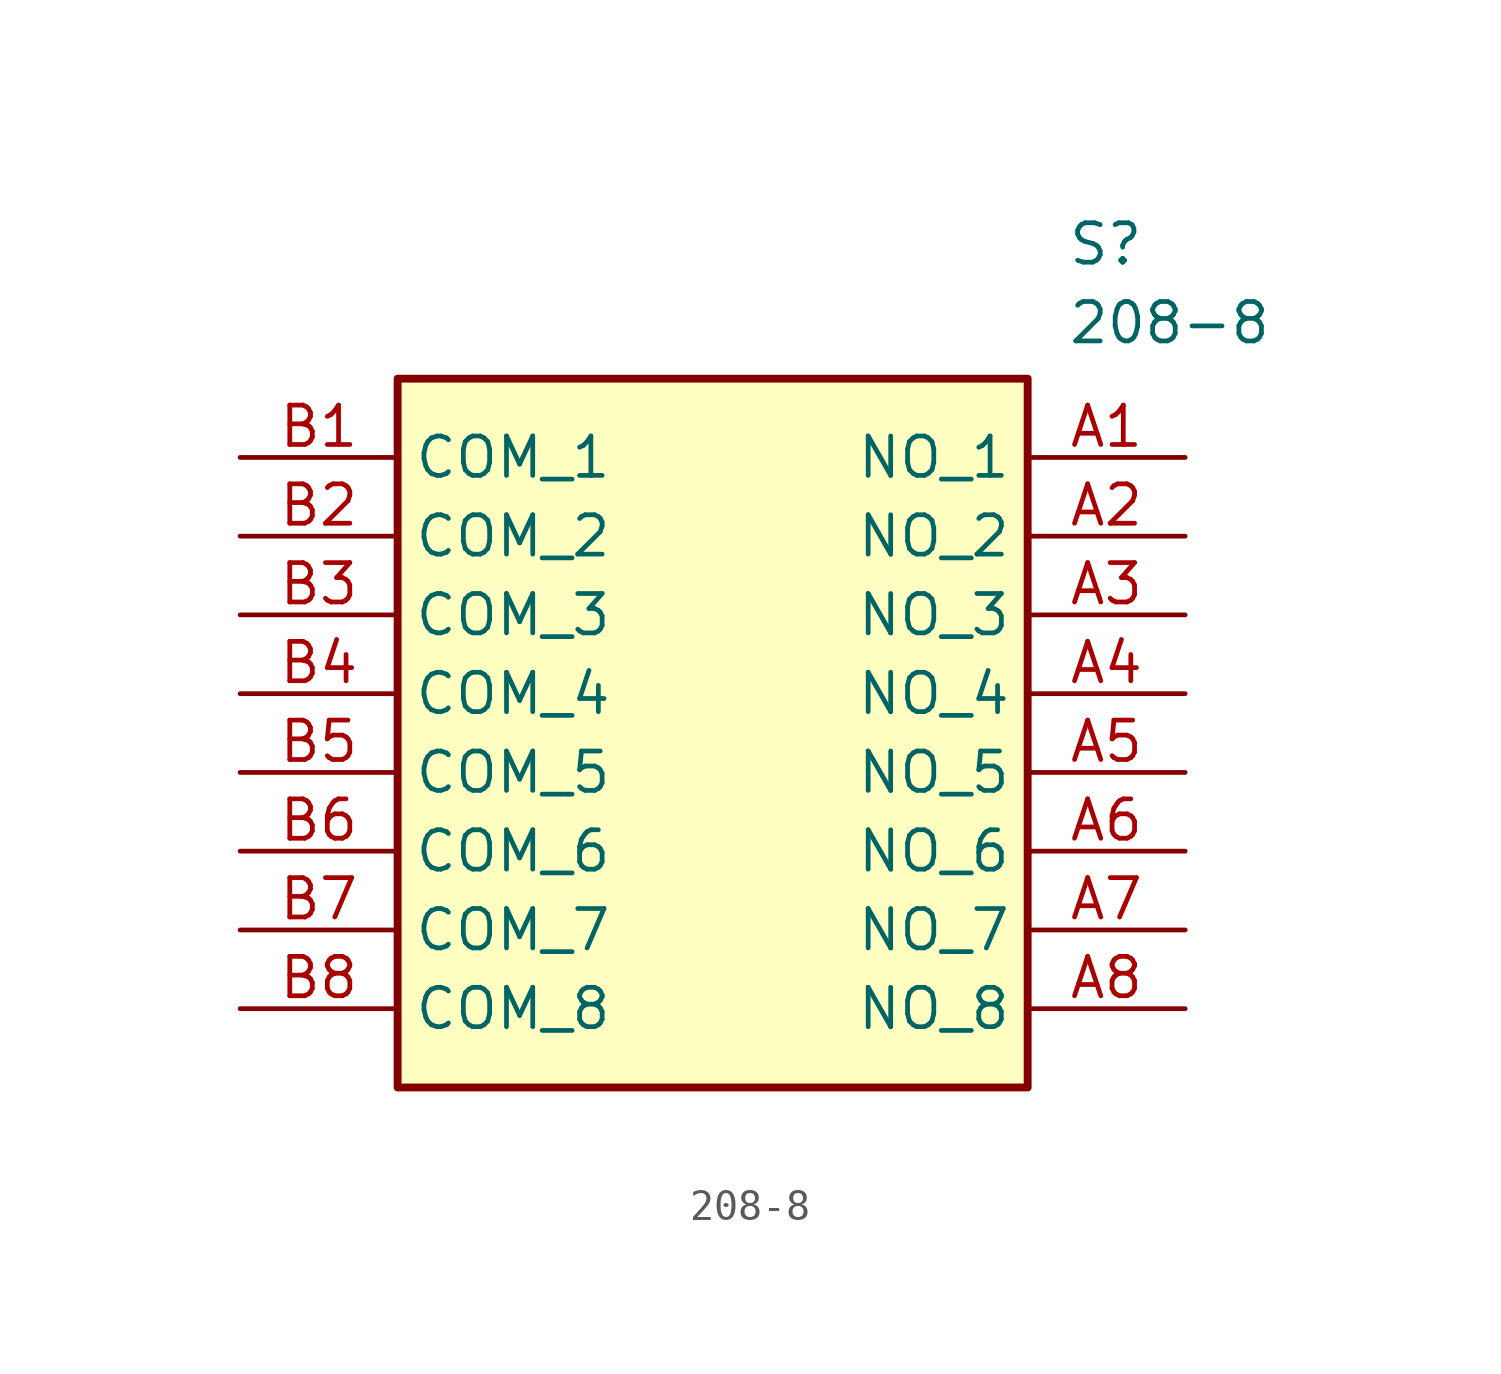
<source format=kicad_sym>
(kicad_symbol_lib
  (version 20211014)
  (generator SamacSys_ECAD_Model)
  (symbol "208-8"
    (property "Reference" "S"
      (at 26.67 7.62 0)
      (effects (font (size 1.27 1.27)) (justify left top)))
    (property "Value" "208-8"
      (at 26.67 5.08 0)
      (effects (font (size 1.27 1.27)) (justify left top)))
    (rectangle
      (start 5.08 2.54)
      (end 25.4 -20.32)
      (stroke (width 0.254) (type default))
      (fill (type background)))
    (pin passive line
      (at 30.48 0 180)
      (length 5.08)
      (name "NO_1" (effects (font (size 1.27 1.27))))
      (number "A1" (effects (font (size 1.27 1.27)))))
    (pin passive line
      (at 30.48 -2.54 180)
      (length 5.08)
      (name "NO_2" (effects (font (size 1.27 1.27))))
      (number "A2" (effects (font (size 1.27 1.27)))))
    (pin passive line
      (at 30.48 -5.08 180)
      (length 5.08)
      (name "NO_3" (effects (font (size 1.27 1.27))))
      (number "A3" (effects (font (size 1.27 1.27)))))
    (pin passive line
      (at 30.48 -7.62 180)
      (length 5.08)
      (name "NO_4" (effects (font (size 1.27 1.27))))
      (number "A4" (effects (font (size 1.27 1.27)))))
    (pin passive line
      (at 30.48 -10.16 180)
      (length 5.08)
      (name "NO_5" (effects (font (size 1.27 1.27))))
      (number "A5" (effects (font (size 1.27 1.27)))))
    (pin passive line
      (at 30.48 -12.7 180)
      (length 5.08)
      (name "NO_6" (effects (font (size 1.27 1.27))))
      (number "A6" (effects (font (size 1.27 1.27)))))
    (pin passive line
      (at 30.48 -15.24 180)
      (length 5.08)
      (name "NO_7" (effects (font (size 1.27 1.27))))
      (number "A7" (effects (font (size 1.27 1.27)))))
    (pin passive line
      (at 30.48 -17.78 180)
      (length 5.08)
      (name "NO_8" (effects (font (size 1.27 1.27))))
      (number "A8" (effects (font (size 1.27 1.27)))))
    (pin passive line
      (at 0 0 0)
      (length 5.08)
      (name "COM_1" (effects (font (size 1.27 1.27))))
      (number "B1" (effects (font (size 1.27 1.27)))))
    (pin passive line
      (at 0 -2.54 0)
      (length 5.08)
      (name "COM_2" (effects (font (size 1.27 1.27))))
      (number "B2" (effects (font (size 1.27 1.27)))))
    (pin passive line
      (at 0 -5.08 0)
      (length 5.08)
      (name "COM_3" (effects (font (size 1.27 1.27))))
      (number "B3" (effects (font (size 1.27 1.27)))))
    (pin passive line
      (at 0 -7.62 0)
      (length 5.08)
      (name "COM_4" (effects (font (size 1.27 1.27))))
      (number "B4" (effects (font (size 1.27 1.27)))))
    (pin passive line
      (at 0 -10.16 0)
      (length 5.08)
      (name "COM_5" (effects (font (size 1.27 1.27))))
      (number "B5" (effects (font (size 1.27 1.27)))))
    (pin passive line
      (at 0 -12.7 0)
      (length 5.08)
      (name "COM_6" (effects (font (size 1.27 1.27))))
      (number "B6" (effects (font (size 1.27 1.27)))))
    (pin passive line
      (at 0 -15.24 0)
      (length 5.08)
      (name "COM_7" (effects (font (size 1.27 1.27))))
      (number "B7" (effects (font (size 1.27 1.27)))))
    (pin passive line
      (at 0 -17.78 0)
      (length 5.08)
      (name "COM_8" (effects (font (size 1.27 1.27))))
      (number "B8" (effects (font (size 1.27 1.27)))))))
</source>
